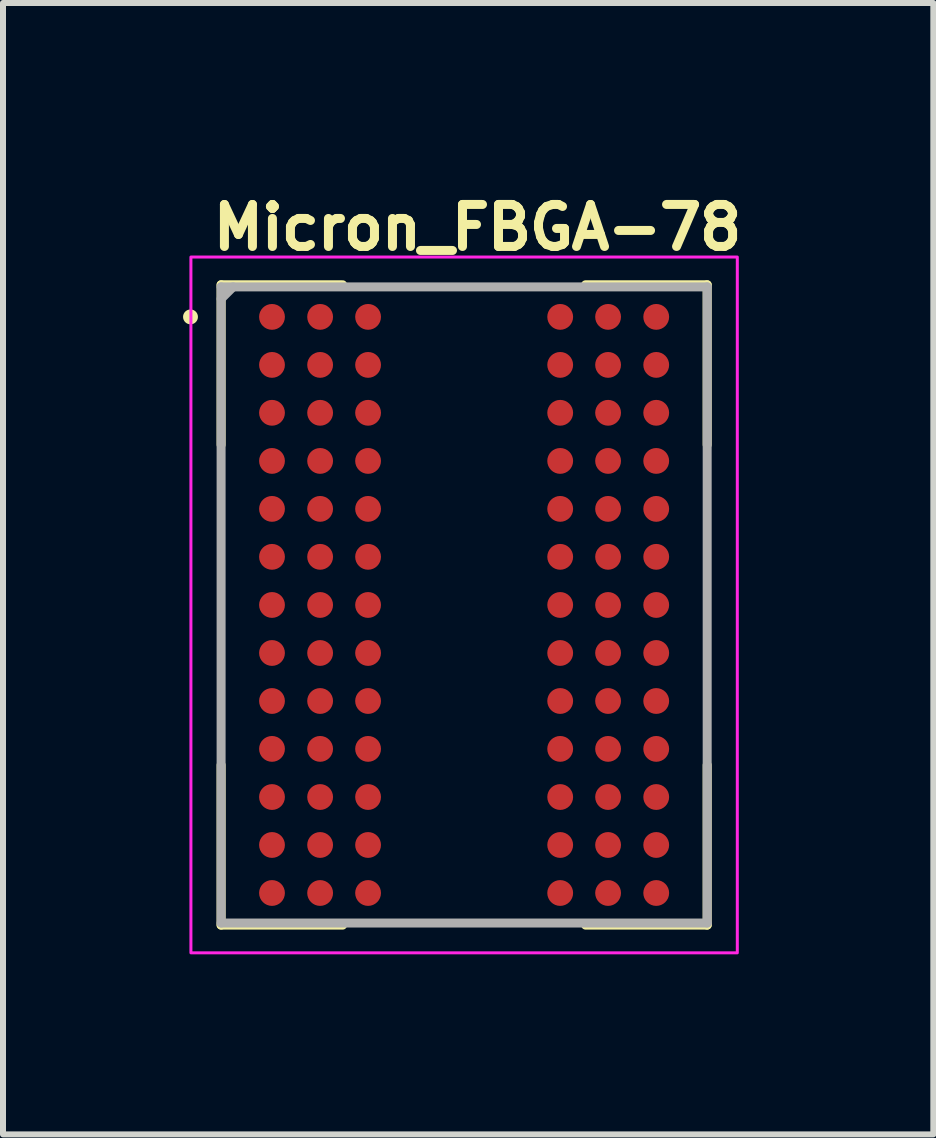
<source format=kicad_pcb>
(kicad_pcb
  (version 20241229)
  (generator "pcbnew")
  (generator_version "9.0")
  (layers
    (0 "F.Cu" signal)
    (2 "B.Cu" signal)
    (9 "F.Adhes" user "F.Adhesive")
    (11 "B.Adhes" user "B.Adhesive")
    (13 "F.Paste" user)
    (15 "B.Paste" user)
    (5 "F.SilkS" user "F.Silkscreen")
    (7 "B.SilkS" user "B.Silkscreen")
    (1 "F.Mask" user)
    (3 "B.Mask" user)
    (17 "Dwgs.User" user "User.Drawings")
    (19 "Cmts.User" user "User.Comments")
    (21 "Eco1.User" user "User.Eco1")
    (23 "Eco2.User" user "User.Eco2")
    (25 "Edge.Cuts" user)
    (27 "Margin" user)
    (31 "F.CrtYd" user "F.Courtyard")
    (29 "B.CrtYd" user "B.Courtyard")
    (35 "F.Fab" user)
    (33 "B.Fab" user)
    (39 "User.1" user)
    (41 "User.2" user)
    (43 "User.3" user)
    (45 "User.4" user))
  (footprint "Micron_FBGA-78"
    (layer "F.Cu")
    (at 4.684 7.03)
    (property "Reference" "Micron_FBGA-78" (at -4.26 -5.88 0) (layer "F.SilkS") (effects (font (size 0.7 0.7) (thickness 0.15)) (justify left bottom)))
    (attr smd)
    (fp_line (start -4.05 -5.335) (end -4.05 -2.669) (stroke (width 0.15) (type solid)) (layer "F.SilkS"))
    (fp_line (start -4.05 -5.335) (end -2.025 -5.335) (stroke (width 0.15) (type solid)) (layer "F.SilkS"))
    (fp_line (start -4.05 5.334) (end -4.05 2.667) (stroke (width 0.15) (type solid)) (layer "F.SilkS"))
    (fp_line (start -4.05 5.334) (end -2.025 5.334) (stroke (width 0.15) (type solid)) (layer "F.SilkS"))
    (fp_line (start 4.049 -5.335) (end 2.023 -5.335) (stroke (width 0.15) (type solid)) (layer "F.SilkS"))
    (fp_line (start 4.049 -5.335) (end 4.049 -2.669) (stroke (width 0.15) (type solid)) (layer "F.SilkS"))
    (fp_line (start 4.049 5.334) (end 2.023 5.334) (stroke (width 0.15) (type solid)) (layer "F.SilkS"))
    (fp_line (start 4.049 5.334) (end 4.049 2.667) (stroke (width 0.15) (type solid)) (layer "F.SilkS"))
    (fp_circle (center -4.56 -4.8) (end -4.511 -4.8) (stroke (width 0.15) (type solid)) (fill yes) (layer "F.SilkS"))
    (fp_rect (start -4.553 -5.797) (end 4.551 5.796) (stroke (width 0.05) (type solid)) (fill no) (layer "F.CrtYd"))
    (fp_line (start -4.05 -5.1) (end -3.85 -5.3) (stroke (width 0.15) (type solid)) (layer "F.Fab"))
    (fp_line (start -4.05 5.299) (end -4.05 -5.3) (stroke (width 0.15) (type solid)) (layer "F.Fab"))
    (fp_line (start 4.049 -5.3) (end -4.05 -5.3) (stroke (width 0.15) (type solid)) (layer "F.Fab"))
    (fp_line (start 4.049 5.299) (end -4.05 5.299) (stroke (width 0.15) (type solid)) (layer "F.Fab"))
    (fp_line (start 4.049 5.299) (end 4.049 -5.3) (stroke (width 0.15) (type solid)) (layer "F.Fab"))
    (fp_rect (start -4.053 -5.297) (end 4.051 5.296) (stroke (width 0.1) (type solid)) (fill no) (layer "User.5"))
    (fp_line (start -4.053 -5.297) (end -4.053 5.296) (stroke (width 0.02) (type solid)) (layer "User.9"))
    (fp_line (start -4.053 5.296) (end 4.051 5.296) (stroke (width 0.02) (type solid)) (layer "User.9"))
    (fp_line (start -3.444 -4.497) (end -3.444 -4.486) (stroke (width 0.02) (type solid)) (layer "User.9"))
    (fp_line (start -3.444 -4.486) (end -3.444 -4.486) (stroke (width 0.02) (type solid)) (layer "User.9"))
    (fp_line (start -3.444 -4.486) (end -3.444 -4.476) (stroke (width 0.02) (type solid)) (layer "User.9"))
    (fp_line (start -3.444 -4.476) (end -3.443 -4.467) (stroke (width 0.02) (type solid)) (layer "User.9"))
    (fp_line (start -3.443 -4.518) (end -3.443 -4.507) (stroke (width 0.02) (type solid)) (layer "User.9"))
    (fp_line (start -3.443 -4.507) (end -3.444 -4.497) (stroke (width 0.02) (type solid)) (layer "User.9"))
    (fp_line (start -3.443 -4.467) (end -3.443 -4.457) (stroke (width 0.02) (type solid)) (layer "User.9"))
    (fp_line (start -3.443 -4.457) (end -3.44 -4.446) (stroke (width 0.02) (type solid)) (layer "User.9"))
    (fp_line (start -3.44 -4.528) (end -3.443 -4.518) (stroke (width 0.02) (type solid)) (layer "User.9"))
    (fp_line (start -3.44 -4.446) (end -3.439 -4.436) (stroke (width 0.02) (type solid)) (layer "User.9"))
    (fp_line (start -3.439 -4.537) (end -3.44 -4.528) (stroke (width 0.02) (type solid)) (layer "User.9"))
    (fp_line (start -3.439 -4.436) (end -3.435 -4.427) (stroke (width 0.02) (type solid)) (layer "User.9"))
    (fp_line (start -3.435 -4.547) (end -3.439 -4.537) (stroke (width 0.02) (type solid)) (layer "User.9"))
    (fp_line (start -3.435 -4.427) (end -3.432 -4.417) (stroke (width 0.02) (type solid)) (layer "User.9"))
    (fp_line (start -3.432 -4.556) (end -3.435 -4.547) (stroke (width 0.02) (type solid)) (layer "User.9"))
    (fp_line (start -3.432 -4.417) (end -3.428 -4.409) (stroke (width 0.02) (type solid)) (layer "User.9"))
    (fp_line (start -3.428 -4.566) (end -3.432 -4.556) (stroke (width 0.02) (type solid)) (layer "User.9"))
    (fp_line (start -3.428 -4.409) (end -3.424 -4.399) (stroke (width 0.02) (type solid)) (layer "User.9"))
    (fp_line (start -3.424 -4.574) (end -3.428 -4.566) (stroke (width 0.02) (type solid)) (layer "User.9"))
    (fp_line (start -3.424 -4.399) (end -3.42 -4.39) (stroke (width 0.02) (type solid)) (layer "User.9"))
    (fp_line (start -3.42 -4.584) (end -3.424 -4.574) (stroke (width 0.02) (type solid)) (layer "User.9"))
    (fp_line (start -3.42 -4.39) (end -3.415 -4.382) (stroke (width 0.02) (type solid)) (layer "User.9"))
    (fp_line (start -3.415 -4.593) (end -3.42 -4.584) (stroke (width 0.02) (type solid)) (layer "User.9"))
    (fp_line (start -3.415 -4.382) (end -3.41 -4.374) (stroke (width 0.02) (type solid)) (layer "User.9"))
    (fp_line (start -3.41 -4.601) (end -3.415 -4.593) (stroke (width 0.02) (type solid)) (layer "User.9"))
    (fp_line (start -3.41 -4.374) (end -3.404 -4.366) (stroke (width 0.02) (type solid)) (layer "User.9"))
    (fp_line (start -3.404 -4.609) (end -3.41 -4.601) (stroke (width 0.02) (type solid)) (layer "User.9"))
    (fp_line (start -3.404 -4.366) (end -3.399 -4.358) (stroke (width 0.02) (type solid)) (layer "User.9"))
    (fp_line (start -3.399 -4.616) (end -3.404 -4.609) (stroke (width 0.02) (type solid)) (layer "User.9"))
    (fp_line (start -3.399 -4.358) (end -3.391 -4.351) (stroke (width 0.02) (type solid)) (layer "User.9"))
    (fp_line (start -3.391 -4.624) (end -3.399 -4.616) (stroke (width 0.02) (type solid)) (layer "User.9"))
    (fp_line (start -3.391 -4.351) (end -3.386 -4.343) (stroke (width 0.02) (type solid)) (layer "User.9"))
    (fp_line (start -3.386 -4.63) (end -3.391 -4.624) (stroke (width 0.02) (type solid)) (layer "User.9"))
    (fp_line (start -3.386 -4.343) (end -3.379 -4.337) (stroke (width 0.02) (type solid)) (layer "User.9"))
    (fp_line (start -3.379 -4.637) (end -3.386 -4.63) (stroke (width 0.02) (type solid)) (layer "User.9"))
    (fp_line (start -3.379 -4.337) (end -3.371 -4.33) (stroke (width 0.02) (type solid)) (layer "User.9"))
    (fp_line (start -3.371 -4.643) (end -3.379 -4.637) (stroke (width 0.02) (type solid)) (layer "User.9"))
    (fp_line (start -3.371 -4.33) (end -3.363 -4.324) (stroke (width 0.02) (type solid)) (layer "User.9"))
    (fp_line (start -3.363 -4.649) (end -3.371 -4.643) (stroke (width 0.02) (type solid)) (layer "User.9"))
    (fp_line (start -3.363 -4.324) (end -3.355 -4.319) (stroke (width 0.02) (type solid)) (layer "User.9"))
    (fp_line (start -3.355 -4.654) (end -3.363 -4.649) (stroke (width 0.02) (type solid)) (layer "User.9"))
    (fp_line (start -3.355 -4.319) (end -3.347 -4.313) (stroke (width 0.02) (type solid)) (layer "User.9"))
    (fp_line (start -3.347 -4.661) (end -3.355 -4.654) (stroke (width 0.02) (type solid)) (layer "User.9"))
    (fp_line (start -3.347 -4.313) (end -3.339 -4.308) (stroke (width 0.02) (type solid)) (layer "User.9"))
    (fp_line (start -3.339 -4.665) (end -3.347 -4.661) (stroke (width 0.02) (type solid)) (layer "User.9"))
    (fp_line (start -3.339 -4.308) (end -3.33 -4.305) (stroke (width 0.02) (type solid)) (layer "User.9"))
    (fp_line (start -3.33 -4.67) (end -3.339 -4.665) (stroke (width 0.02) (type solid)) (layer "User.9"))
    (fp_line (start -3.33 -4.305) (end -3.321 -4.3) (stroke (width 0.02) (type solid)) (layer "User.9"))
    (fp_line (start -3.321 -4.673) (end -3.33 -4.67) (stroke (width 0.02) (type solid)) (layer "User.9"))
    (fp_line (start -3.321 -4.3) (end -3.311 -4.297) (stroke (width 0.02) (type solid)) (layer "User.9"))
    (fp_line (start -3.311 -4.678) (end -3.321 -4.673) (stroke (width 0.02) (type solid)) (layer "User.9"))
    (fp_line (start -3.311 -4.297) (end -3.302 -4.294) (stroke (width 0.02) (type solid)) (layer "User.9"))
    (fp_line (start -3.302 -4.68) (end -3.311 -4.678) (stroke (width 0.02) (type solid)) (layer "User.9"))
    (fp_line (start -3.302 -4.294) (end -3.293 -4.29) (stroke (width 0.02) (type solid)) (layer "User.9"))
    (fp_line (start -3.293 -4.683) (end -3.302 -4.68) (stroke (width 0.02) (type solid)) (layer "User.9"))
    (fp_line (start -3.293 -4.29) (end -3.282 -4.289) (stroke (width 0.02) (type solid)) (layer "User.9"))
    (fp_line (start -3.282 -4.686) (end -3.293 -4.683) (stroke (width 0.02) (type solid)) (layer "User.9"))
    (fp_line (start -3.282 -4.289) (end -3.273 -4.287) (stroke (width 0.02) (type solid)) (layer "User.9"))
    (fp_line (start -3.273 -4.688) (end -3.282 -4.686) (stroke (width 0.02) (type solid)) (layer "User.9"))
    (fp_line (start -3.273 -4.287) (end -3.262 -4.286) (stroke (width 0.02) (type solid)) (layer "User.9"))
    (fp_line (start -3.262 -4.688) (end -3.273 -4.688) (stroke (width 0.02) (type solid)) (layer "User.9"))
    (fp_line (start -3.262 -4.286) (end -3.253 -4.284) (stroke (width 0.02) (type solid)) (layer "User.9"))
    (fp_line (start -3.253 -4.689) (end -3.262 -4.688) (stroke (width 0.02) (type solid)) (layer "User.9"))
    (fp_line (start -3.253 -4.284) (end -3.242 -4.284) (stroke (width 0.02) (type solid)) (layer "User.9"))
    (fp_line (start -3.242 -4.689) (end -3.253 -4.689) (stroke (width 0.02) (type solid)) (layer "User.9"))
    (fp_line (start -3.242 -4.689) (end -3.242 -4.689) (stroke (width 0.02) (type solid)) (layer "User.9"))
    (fp_line (start -3.242 -4.284) (end -3.242 -4.284) (stroke (width 0.02) (type solid)) (layer "User.9"))
    (fp_line (start -3.242 -4.284) (end -3.231 -4.284) (stroke (width 0.02) (type solid)) (layer "User.9"))
    (fp_line (start -3.231 -4.689) (end -3.242 -4.689) (stroke (width 0.02) (type solid)) (layer "User.9"))
    (fp_line (start -3.231 -4.284) (end -3.222 -4.286) (stroke (width 0.02) (type solid)) (layer "User.9"))
    (fp_line (start -3.222 -4.688) (end -3.231 -4.689) (stroke (width 0.02) (type solid)) (layer "User.9"))
    (fp_line (start -3.222 -4.286) (end -3.211 -4.287) (stroke (width 0.02) (type solid)) (layer "User.9"))
    (fp_line (start -3.211 -4.688) (end -3.222 -4.688) (stroke (width 0.02) (type solid)) (layer "User.9"))
    (fp_line (start -3.211 -4.287) (end -3.202 -4.289) (stroke (width 0.02) (type solid)) (layer "User.9"))
    (fp_line (start -3.202 -4.686) (end -3.211 -4.688) (stroke (width 0.02) (type solid)) (layer "User.9"))
    (fp_line (start -3.202 -4.289) (end -3.192 -4.29) (stroke (width 0.02) (type solid)) (layer "User.9"))
    (fp_line (start -3.192 -4.683) (end -3.202 -4.686) (stroke (width 0.02) (type solid)) (layer "User.9"))
    (fp_line (start -3.192 -4.29) (end -3.181 -4.294) (stroke (width 0.02) (type solid)) (layer "User.9"))
    (fp_line (start -3.181 -4.68) (end -3.192 -4.683) (stroke (width 0.02) (type solid)) (layer "User.9"))
    (fp_line (start -3.181 -4.294) (end -3.173 -4.297) (stroke (width 0.02) (type solid)) (layer "User.9"))
    (fp_line (start -3.173 -4.678) (end -3.181 -4.68) (stroke (width 0.02) (type solid)) (layer "User.9"))
    (fp_line (start -3.173 -4.297) (end -3.164 -4.3) (stroke (width 0.02) (type solid)) (layer "User.9"))
    (fp_line (start -3.164 -4.673) (end -3.173 -4.678) (stroke (width 0.02) (type solid)) (layer "User.9"))
    (fp_line (start -3.164 -4.3) (end -3.154 -4.305) (stroke (width 0.02) (type solid)) (layer "User.9"))
    (fp_line (start -3.154 -4.67) (end -3.164 -4.673) (stroke (width 0.02) (type solid)) (layer "User.9"))
    (fp_line (start -3.154 -4.305) (end -3.145 -4.308) (stroke (width 0.02) (type solid)) (layer "User.9"))
    (fp_line (start -3.145 -4.665) (end -3.154 -4.67) (stroke (width 0.02) (type solid)) (layer "User.9"))
    (fp_line (start -3.145 -4.308) (end -3.137 -4.313) (stroke (width 0.02) (type solid)) (layer "User.9"))
    (fp_line (start -3.137 -4.661) (end -3.145 -4.665) (stroke (width 0.02) (type solid)) (layer "User.9"))
    (fp_line (start -3.137 -4.313) (end -3.129 -4.319) (stroke (width 0.02) (type solid)) (layer "User.9"))
    (fp_line (start -3.129 -4.654) (end -3.137 -4.661) (stroke (width 0.02) (type solid)) (layer "User.9"))
    (fp_line (start -3.129 -4.319) (end -3.121 -4.324) (stroke (width 0.02) (type solid)) (layer "User.9"))
    (fp_line (start -3.121 -4.649) (end -3.129 -4.654) (stroke (width 0.02) (type solid)) (layer "User.9"))
    (fp_line (start -3.121 -4.324) (end -3.113 -4.33) (stroke (width 0.02) (type solid)) (layer "User.9"))
    (fp_line (start -3.113 -4.643) (end -3.121 -4.649) (stroke (width 0.02) (type solid)) (layer "User.9"))
    (fp_line (start -3.113 -4.33) (end -3.105 -4.337) (stroke (width 0.02) (type solid)) (layer "User.9"))
    (fp_line (start -3.105 -4.637) (end -3.113 -4.643) (stroke (width 0.02) (type solid)) (layer "User.9"))
    (fp_line (start -3.105 -4.337) (end -3.098 -4.343) (stroke (width 0.02) (type solid)) (layer "User.9"))
    (fp_line (start -3.098 -4.63) (end -3.105 -4.637) (stroke (width 0.02) (type solid)) (layer "User.9"))
    (fp_line (start -3.098 -4.343) (end -3.093 -4.351) (stroke (width 0.02) (type solid)) (layer "User.9"))
    (fp_line (start -3.093 -4.624) (end -3.098 -4.63) (stroke (width 0.02) (type solid)) (layer "User.9"))
    (fp_line (start -3.093 -4.351) (end -3.085 -4.358) (stroke (width 0.02) (type solid)) (layer "User.9"))
    (fp_line (start -3.085 -4.616) (end -3.093 -4.624) (stroke (width 0.02) (type solid)) (layer "User.9"))
    (fp_line (start -3.085 -4.358) (end -3.08 -4.366) (stroke (width 0.02) (type solid)) (layer "User.9"))
    (fp_line (start -3.08 -4.609) (end -3.085 -4.616) (stroke (width 0.02) (type solid)) (layer "User.9"))
    (fp_line (start -3.08 -4.366) (end -3.074 -4.374) (stroke (width 0.02) (type solid)) (layer "User.9"))
    (fp_line (start -3.074 -4.601) (end -3.08 -4.609) (stroke (width 0.02) (type solid)) (layer "User.9"))
    (fp_line (start -3.074 -4.374) (end -3.068 -4.382) (stroke (width 0.02) (type solid)) (layer "User.9"))
    (fp_line (start -3.068 -4.593) (end -3.074 -4.601) (stroke (width 0.02) (type solid)) (layer "User.9"))
    (fp_line (start -3.068 -4.382) (end -3.064 -4.39) (stroke (width 0.02) (type solid)) (layer "User.9"))
    (fp_line (start -3.064 -4.584) (end -3.068 -4.593) (stroke (width 0.02) (type solid)) (layer "User.9"))
    (fp_line (start -3.064 -4.39) (end -3.06 -4.399) (stroke (width 0.02) (type solid)) (layer "User.9"))
    (fp_line (start -3.06 -4.574) (end -3.064 -4.584) (stroke (width 0.02) (type solid)) (layer "User.9"))
    (fp_line (start -3.06 -4.399) (end -3.056 -4.409) (stroke (width 0.02) (type solid)) (layer "User.9"))
    (fp_line (start -3.056 -4.566) (end -3.06 -4.574) (stroke (width 0.02) (type solid)) (layer "User.9"))
    (fp_line (start -3.056 -4.409) (end -3.052 -4.417) (stroke (width 0.02) (type solid)) (layer "User.9"))
    (fp_line (start -3.052 -4.556) (end -3.056 -4.566) (stroke (width 0.02) (type solid)) (layer "User.9"))
    (fp_line (start -3.052 -4.417) (end -3.048 -4.427) (stroke (width 0.02) (type solid)) (layer "User.9"))
    (fp_line (start -3.048 -4.547) (end -3.052 -4.556) (stroke (width 0.02) (type solid)) (layer "User.9"))
    (fp_line (start -3.048 -4.427) (end -3.045 -4.436) (stroke (width 0.02) (type solid)) (layer "User.9"))
    (fp_line (start -3.045 -4.537) (end -3.048 -4.547) (stroke (width 0.02) (type solid)) (layer "User.9"))
    (fp_line (start -3.045 -4.436) (end -3.044 -4.446) (stroke (width 0.02) (type solid)) (layer "User.9"))
    (fp_line (start -3.044 -4.528) (end -3.045 -4.537) (stroke (width 0.02) (type solid)) (layer "User.9"))
    (fp_line (start -3.044 -4.446) (end -3.041 -4.457) (stroke (width 0.02) (type solid)) (layer "User.9"))
    (fp_line (start -3.041 -4.518) (end -3.044 -4.528) (stroke (width 0.02) (type solid)) (layer "User.9"))
    (fp_line (start -3.041 -4.457) (end -3.04 -4.467) (stroke (width 0.02) (type solid)) (layer "User.9"))
    (fp_line (start -3.04 -4.507) (end -3.041 -4.518) (stroke (width 0.02) (type solid)) (layer "User.9"))
    (fp_line (start -3.04 -4.497) (end -3.04 -4.507) (stroke (width 0.02) (type solid)) (layer "User.9"))
    (fp_line (start -3.04 -4.486) (end -3.04 -4.497) (stroke (width 0.02) (type solid)) (layer "User.9"))
    (fp_line (start -3.04 -4.486) (end -3.04 -4.486) (stroke (width 0.02) (type solid)) (layer "User.9"))
    (fp_line (start -3.04 -4.486) (end -3.04 -4.486) (stroke (width 0.02) (type solid)) (layer "User.9"))
    (fp_line (start -3.04 -4.476) (end -3.04 -4.486) (stroke (width 0.02) (type solid)) (layer "User.9"))
    (fp_line (start -3.04 -4.467) (end -3.04 -4.476) (stroke (width 0.02) (type solid)) (layer "User.9"))
    (fp_line (start 4.051 -5.297) (end -4.053 -5.297) (stroke (width 0.02) (type solid)) (layer "User.9"))
    (fp_line (start 4.051 5.296) (end 4.051 -5.297) (stroke (width 0.02) (type solid)) (layer "User.9"))
    (pad "A1" smd circle (at -3.202 -4.8) (size 0.43 0.43) (layers "F.Cu" "F.Mask" "F.Paste"))
    (pad "A2" smd circle (at -2.4 -4.8) (size 0.43 0.43) (layers "F.Cu" "F.Mask" "F.Paste"))
    (pad "A3" smd circle (at -1.601 -4.8) (size 0.43 0.43) (layers "F.Cu" "F.Mask" "F.Paste"))
    (pad "A7" smd circle (at 1.6 -4.8) (size 0.43 0.43) (layers "F.Cu" "F.Mask" "F.Paste"))
    (pad "A8" smd circle (at 2.398 -4.8) (size 0.43 0.43) (layers "F.Cu" "F.Mask" "F.Paste"))
    (pad "A9" smd circle (at 3.2 -4.8) (size 0.43 0.43) (layers "F.Cu" "F.Mask" "F.Paste"))
    (pad "B1" smd circle (at -3.202 -4) (size 0.43 0.43) (layers "F.Cu" "F.Mask" "F.Paste"))
    (pad "B2" smd circle (at -2.4 -4) (size 0.43 0.43) (layers "F.Cu" "F.Mask" "F.Paste"))
    (pad "B3" smd circle (at -1.601 -4) (size 0.43 0.43) (layers "F.Cu" "F.Mask" "F.Paste"))
    (pad "B7" smd circle (at 1.6 -4) (size 0.43 0.43) (layers "F.Cu" "F.Mask" "F.Paste"))
    (pad "B8" smd circle (at 2.398 -4) (size 0.43 0.43) (layers "F.Cu" "F.Mask" "F.Paste"))
    (pad "B9" smd circle (at 3.2 -4) (size 0.43 0.43) (layers "F.Cu" "F.Mask" "F.Paste"))
    (pad "C1" smd circle (at -3.202 -3.202) (size 0.43 0.43) (layers "F.Cu" "F.Mask" "F.Paste"))
    (pad "C2" smd circle (at -2.4 -3.202) (size 0.43 0.43) (layers "F.Cu" "F.Mask" "F.Paste"))
    (pad "C3" smd circle (at -1.601 -3.202) (size 0.43 0.43) (layers "F.Cu" "F.Mask" "F.Paste"))
    (pad "C7" smd circle (at 1.6 -3.202) (size 0.43 0.43) (layers "F.Cu" "F.Mask" "F.Paste"))
    (pad "C8" smd circle (at 2.398 -3.202) (size 0.43 0.43) (layers "F.Cu" "F.Mask" "F.Paste"))
    (pad "C9" smd circle (at 3.2 -3.202) (size 0.43 0.43) (layers "F.Cu" "F.Mask" "F.Paste"))
    (pad "D1" smd circle (at -3.202 -2.4) (size 0.43 0.43) (layers "F.Cu" "F.Mask" "F.Paste"))
    (pad "D2" smd circle (at -2.4 -2.4) (size 0.43 0.43) (layers "F.Cu" "F.Mask" "F.Paste"))
    (pad "D3" smd circle (at -1.601 -2.4) (size 0.43 0.43) (layers "F.Cu" "F.Mask" "F.Paste"))
    (pad "D7" smd circle (at 1.6 -2.4) (size 0.43 0.43) (layers "F.Cu" "F.Mask" "F.Paste"))
    (pad "D8" smd circle (at 2.398 -2.4) (size 0.43 0.43) (layers "F.Cu" "F.Mask" "F.Paste"))
    (pad "D9" smd circle (at 3.2 -2.4) (size 0.43 0.43) (layers "F.Cu" "F.Mask" "F.Paste"))
    (pad "E1" smd circle (at -3.202 -1.601) (size 0.43 0.43) (layers "F.Cu" "F.Mask" "F.Paste"))
    (pad "E2" smd circle (at -2.4 -1.601) (size 0.43 0.43) (layers "F.Cu" "F.Mask" "F.Paste"))
    (pad "E3" smd circle (at -1.601 -1.601) (size 0.43 0.43) (layers "F.Cu" "F.Mask" "F.Paste"))
    (pad "E7" smd circle (at 1.6 -1.601) (size 0.43 0.43) (layers "F.Cu" "F.Mask" "F.Paste"))
    (pad "E8" smd circle (at 2.398 -1.601) (size 0.43 0.43) (layers "F.Cu" "F.Mask" "F.Paste"))
    (pad "E9" smd circle (at 3.2 -1.601) (size 0.43 0.43) (layers "F.Cu" "F.Mask" "F.Paste"))
    (pad "F1" smd circle (at -3.202 -0.802) (size 0.43 0.43) (layers "F.Cu" "F.Mask" "F.Paste"))
    (pad "F2" smd circle (at -2.4 -0.802) (size 0.43 0.43) (layers "F.Cu" "F.Mask" "F.Paste"))
    (pad "F3" smd circle (at -1.601 -0.802) (size 0.43 0.43) (layers "F.Cu" "F.Mask" "F.Paste"))
    (pad "F7" smd circle (at 1.6 -0.802) (size 0.43 0.43) (layers "F.Cu" "F.Mask" "F.Paste"))
    (pad "F8" smd circle (at 2.398 -0.802) (size 0.43 0.43) (layers "F.Cu" "F.Mask" "F.Paste"))
    (pad "F9" smd circle (at 3.2 -0.802) (size 0.43 0.43) (layers "F.Cu" "F.Mask" "F.Paste"))
    (pad "G1" smd circle (at -3.202 0) (size 0.43 0.43) (layers "F.Cu" "F.Mask" "F.Paste"))
    (pad "G2" smd circle (at -2.4 0) (size 0.43 0.43) (layers "F.Cu" "F.Mask" "F.Paste"))
    (pad "G3" smd circle (at -1.601 0) (size 0.43 0.43) (layers "F.Cu" "F.Mask" "F.Paste"))
    (pad "G7" smd circle (at 1.6 0) (size 0.43 0.43) (layers "F.Cu" "F.Mask" "F.Paste"))
    (pad "G8" smd circle (at 2.398 0) (size 0.43 0.43) (layers "F.Cu" "F.Mask" "F.Paste"))
    (pad "G9" smd circle (at 3.2 0) (size 0.43 0.43) (layers "F.Cu" "F.Mask" "F.Paste"))
    (pad "H1" smd circle (at -3.202 0.8) (size 0.43 0.43) (layers "F.Cu" "F.Mask" "F.Paste"))
    (pad "H2" smd circle (at -2.4 0.8) (size 0.43 0.43) (layers "F.Cu" "F.Mask" "F.Paste"))
    (pad "H3" smd circle (at -1.601 0.8) (size 0.43 0.43) (layers "F.Cu" "F.Mask" "F.Paste"))
    (pad "H7" smd circle (at 1.6 0.8) (size 0.43 0.43) (layers "F.Cu" "F.Mask" "F.Paste"))
    (pad "H8" smd circle (at 2.398 0.8) (size 0.43 0.43) (layers "F.Cu" "F.Mask" "F.Paste"))
    (pad "H9" smd circle (at 3.2 0.8) (size 0.43 0.43) (layers "F.Cu" "F.Mask" "F.Paste"))
    (pad "J1" smd circle (at -3.202 1.6) (size 0.43 0.43) (layers "F.Cu" "F.Mask" "F.Paste"))
    (pad "J2" smd circle (at -2.4 1.6) (size 0.43 0.43) (layers "F.Cu" "F.Mask" "F.Paste"))
    (pad "J3" smd circle (at -1.601 1.6) (size 0.43 0.43) (layers "F.Cu" "F.Mask" "F.Paste"))
    (pad "J7" smd circle (at 1.6 1.6) (size 0.43 0.43) (layers "F.Cu" "F.Mask" "F.Paste"))
    (pad "J8" smd circle (at 2.398 1.6) (size 0.43 0.43) (layers "F.Cu" "F.Mask" "F.Paste"))
    (pad "J9" smd circle (at 3.2 1.6) (size 0.43 0.43) (layers "F.Cu" "F.Mask" "F.Paste"))
    (pad "K1" smd circle (at -3.202 2.398) (size 0.43 0.43) (layers "F.Cu" "F.Mask" "F.Paste"))
    (pad "K2" smd circle (at -2.4 2.398) (size 0.43 0.43) (layers "F.Cu" "F.Mask" "F.Paste"))
    (pad "K3" smd circle (at -1.601 2.398) (size 0.43 0.43) (layers "F.Cu" "F.Mask" "F.Paste"))
    (pad "K7" smd circle (at 1.6 2.398) (size 0.43 0.43) (layers "F.Cu" "F.Mask" "F.Paste"))
    (pad "K8" smd circle (at 2.398 2.398) (size 0.43 0.43) (layers "F.Cu" "F.Mask" "F.Paste"))
    (pad "K9" smd circle (at 3.2 2.398) (size 0.43 0.43) (layers "F.Cu" "F.Mask" "F.Paste"))
    (pad "L1" smd circle (at -3.202 3.2) (size 0.43 0.43) (layers "F.Cu" "F.Mask" "F.Paste"))
    (pad "L2" smd circle (at -2.4 3.2) (size 0.43 0.43) (layers "F.Cu" "F.Mask" "F.Paste"))
    (pad "L3" smd circle (at -1.601 3.2) (size 0.43 0.43) (layers "F.Cu" "F.Mask" "F.Paste"))
    (pad "L7" smd circle (at 1.6 3.2) (size 0.43 0.43) (layers "F.Cu" "F.Mask" "F.Paste"))
    (pad "L8" smd circle (at 2.398 3.2) (size 0.43 0.43) (layers "F.Cu" "F.Mask" "F.Paste"))
    (pad "L9" smd circle (at 3.2 3.2) (size 0.43 0.43) (layers "F.Cu" "F.Mask" "F.Paste"))
    (pad "M1" smd circle (at -3.202 3.999) (size 0.43 0.43) (layers "F.Cu" "F.Mask" "F.Paste"))
    (pad "M2" smd circle (at -2.4 3.999) (size 0.43 0.43) (layers "F.Cu" "F.Mask" "F.Paste"))
    (pad "M3" smd circle (at -1.601 3.999) (size 0.43 0.43) (layers "F.Cu" "F.Mask" "F.Paste"))
    (pad "M7" smd circle (at 1.6 3.999) (size 0.43 0.43) (layers "F.Cu" "F.Mask" "F.Paste"))
    (pad "M8" smd circle (at 2.398 3.999) (size 0.43 0.43) (layers "F.Cu" "F.Mask" "F.Paste"))
    (pad "M9" smd circle (at 3.2 3.999) (size 0.43 0.43) (layers "F.Cu" "F.Mask" "F.Paste"))
    (pad "N1" smd circle (at -3.202 4.799) (size 0.43 0.43) (layers "F.Cu" "F.Mask" "F.Paste"))
    (pad "N2" smd circle (at -2.4 4.799) (size 0.43 0.43) (layers "F.Cu" "F.Mask" "F.Paste"))
    (pad "N3" smd circle (at -1.601 4.799) (size 0.43 0.43) (layers "F.Cu" "F.Mask" "F.Paste"))
    (pad "N7" smd circle (at 1.6 4.799) (size 0.43 0.43) (layers "F.Cu" "F.Mask" "F.Paste"))
    (pad "N8" smd circle (at 2.398 4.799) (size 0.43 0.43) (layers "F.Cu" "F.Mask" "F.Paste"))
    (pad "N9" smd circle (at 3.2 4.799) (size 0.43 0.43) (layers "F.Cu" "F.Mask" "F.Paste")))
  (gr_rect
    (start -3 -3)
    (end 12.501 15.851)
    (stroke (width 0.1) (type default))
    (fill no)
    (layer "Edge.Cuts")))
</source>
